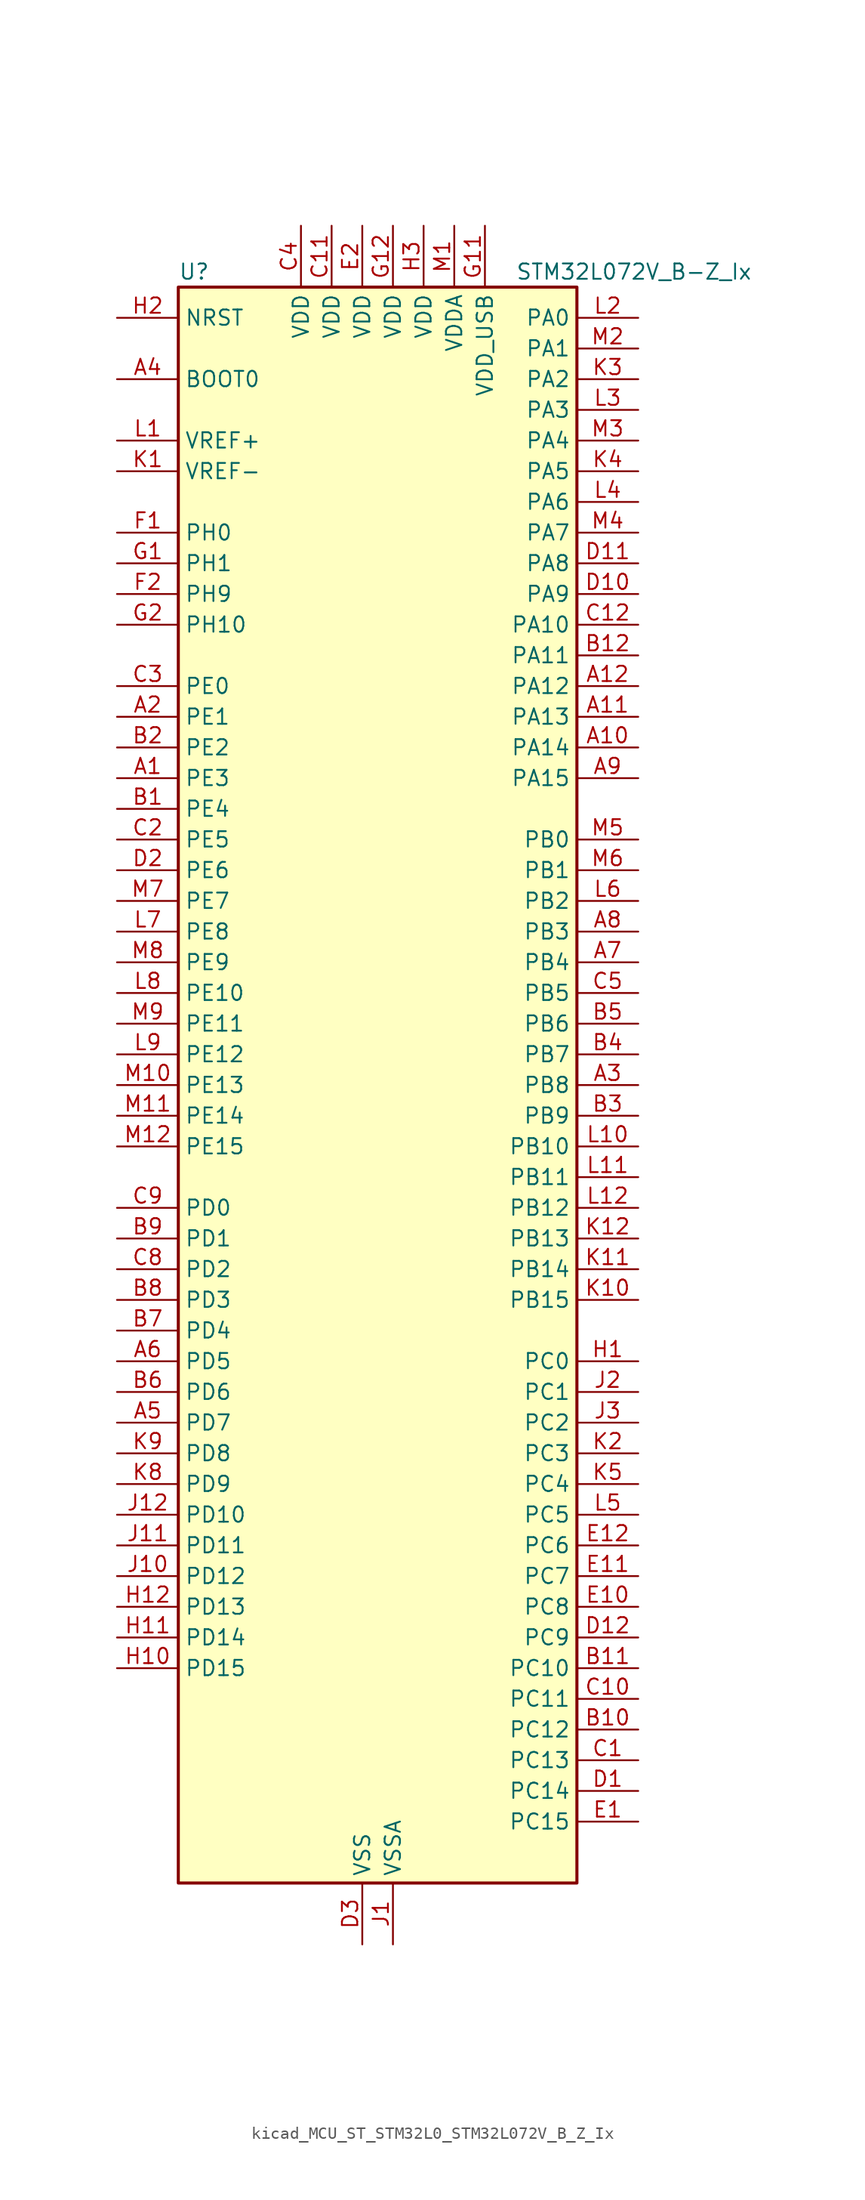
<source format=kicad_sym>
(kicad_symbol_lib
  (version 20220914)
  (generator kicad_symbol_editor)
  (symbol "kicad_MCU_ST_STM32L0_STM32L072V_B_Z_Ix"
    (property "Reference" "U"
      (at -15.24 67.31 0)
      (effects (font (size 1.27 1.27)) (justify left)))
    (property "Value" "STM32L072V_B-Z_Ix"
      (at 12.7 67.31 0)
      (effects (font (size 1.27 1.27)) (justify left)))
    (property "ki_locked" ""
      (at 0 0 0)
      (effects (font (size 1.27 1.27))))
    (symbol "kicad_MCU_ST_STM32L0_STM32L072V_B_Z_Ix_0_1"
      (rectangle (start -15.24 -66.04) (end 17.78 66.04) (stroke (width 0.254) (type default)) (fill (type background))))
    (symbol "kicad_MCU_ST_STM32L0_STM32L072V_B_Z_Ix_1_1"
      (pin bidirectional line (at -20.32 25.4 0) (length 5.08) (name "PE3" (effects (font (size 1.27 1.27)))) (number "A1" (effects (font (size 1.27 1.27)))) (alternate "TIM22_CH1" bidirectional line) (alternate "TIM3_CH1" bidirectional line))
      (pin bidirectional line (at 22.86 27.94 180) (length 5.08) (name "PA14" (effects (font (size 1.27 1.27)))) (number "A10" (effects (font (size 1.27 1.27)))) (alternate "LPUART1_TX" bidirectional line) (alternate "SYS_SWCLK" bidirectional line) (alternate "USART2_TX" bidirectional line))
      (pin bidirectional line (at 22.86 30.48 180) (length 5.08) (name "PA13" (effects (font (size 1.27 1.27)))) (number "A11" (effects (font (size 1.27 1.27)))) (alternate "LPUART1_RX" bidirectional line) (alternate "SYS_SWDIO" bidirectional line) (alternate "USB_NOE" bidirectional line))
      (pin bidirectional line (at 22.86 33.02 180) (length 5.08) (name "PA12" (effects (font (size 1.27 1.27)))) (number "A12" (effects (font (size 1.27 1.27)))) (alternate "COMP2_OUT" bidirectional line) (alternate "SPI1_MOSI" bidirectional line) (alternate "TSC_G4_IO4" bidirectional line) (alternate "USART1_DE" bidirectional line) (alternate "USART1_RTS" bidirectional line) (alternate "USB_DP" bidirectional line))
      (pin bidirectional line (at -20.32 30.48 0) (length 5.08) (name "PE1" (effects (font (size 1.27 1.27)))) (number "A2" (effects (font (size 1.27 1.27)))))
      (pin bidirectional line (at 22.86 0 180) (length 5.08) (name "PB8" (effects (font (size 1.27 1.27)))) (number "A3" (effects (font (size 1.27 1.27)))) (alternate "I2C1_SCL" bidirectional line) (alternate "TSC_SYNC" bidirectional line))
      (pin input line (at -20.32 58.42 0) (length 5.08) (name "BOOT0" (effects (font (size 1.27 1.27)))) (number "A4" (effects (font (size 1.27 1.27)))))
      (pin bidirectional line (at -20.32 -27.94 0) (length 5.08) (name "PD7" (effects (font (size 1.27 1.27)))) (number "A5" (effects (font (size 1.27 1.27)))) (alternate "TIM21_CH2" bidirectional line) (alternate "USART2_CK" bidirectional line))
      (pin bidirectional line (at -20.32 -22.86 0) (length 5.08) (name "PD5" (effects (font (size 1.27 1.27)))) (number "A6" (effects (font (size 1.27 1.27)))) (alternate "USART2_TX" bidirectional line))
      (pin bidirectional line (at 22.86 10.16 180) (length 5.08) (name "PB4" (effects (font (size 1.27 1.27)))) (number "A7" (effects (font (size 1.27 1.27)))) (alternate "COMP2_INP" bidirectional line) (alternate "I2C3_SDA" bidirectional line) (alternate "SPI1_MISO" bidirectional line) (alternate "TIM22_CH1" bidirectional line) (alternate "TIM3_CH1" bidirectional line) (alternate "TSC_G5_IO2" bidirectional line) (alternate "USART1_CTS" bidirectional line) (alternate "USART5_RX" bidirectional line))
      (pin bidirectional line (at 22.86 12.7 180) (length 5.08) (name "PB3" (effects (font (size 1.27 1.27)))) (number "A8" (effects (font (size 1.27 1.27)))) (alternate "COMP2_INM" bidirectional line) (alternate "SPI1_SCK" bidirectional line) (alternate "TIM2_CH2" bidirectional line) (alternate "TSC_G5_IO1" bidirectional line) (alternate "USART1_DE" bidirectional line) (alternate "USART1_RTS" bidirectional line) (alternate "USART5_TX" bidirectional line))
      (pin bidirectional line (at 22.86 25.4 180) (length 5.08) (name "PA15" (effects (font (size 1.27 1.27)))) (number "A9" (effects (font (size 1.27 1.27)))) (alternate "SPI1_NSS" bidirectional line) (alternate "TIM2_CH1" bidirectional line) (alternate "TIM2_ETR" bidirectional line) (alternate "USART2_RX" bidirectional line) (alternate "USART4_DE" bidirectional line) (alternate "USART4_RTS" bidirectional line))
      (pin bidirectional line (at -20.32 22.86 0) (length 5.08) (name "PE4" (effects (font (size 1.27 1.27)))) (number "B1" (effects (font (size 1.27 1.27)))) (alternate "TIM22_CH2" bidirectional line) (alternate "TIM3_CH2" bidirectional line))
      (pin bidirectional line (at 22.86 -53.34 180) (length 5.08) (name "PC12" (effects (font (size 1.27 1.27)))) (number "B10" (effects (font (size 1.27 1.27)))) (alternate "USART4_CK" bidirectional line) (alternate "USART5_TX" bidirectional line))
      (pin bidirectional line (at 22.86 -48.26 180) (length 5.08) (name "PC10" (effects (font (size 1.27 1.27)))) (number "B11" (effects (font (size 1.27 1.27)))) (alternate "LPUART1_TX" bidirectional line) (alternate "USART4_TX" bidirectional line))
      (pin bidirectional line (at 22.86 35.56 180) (length 5.08) (name "PA11" (effects (font (size 1.27 1.27)))) (number "B12" (effects (font (size 1.27 1.27)))) (alternate "ADC_EXTI11" bidirectional line) (alternate "COMP1_OUT" bidirectional line) (alternate "SPI1_MISO" bidirectional line) (alternate "TSC_G4_IO3" bidirectional line) (alternate "USART1_CTS" bidirectional line) (alternate "USB_DM" bidirectional line))
      (pin bidirectional line (at -20.32 27.94 0) (length 5.08) (name "PE2" (effects (font (size 1.27 1.27)))) (number "B2" (effects (font (size 1.27 1.27)))) (alternate "TIM3_ETR" bidirectional line))
      (pin bidirectional line (at 22.86 -2.54 180) (length 5.08) (name "PB9" (effects (font (size 1.27 1.27)))) (number "B3" (effects (font (size 1.27 1.27)))) (alternate "DAC_EXTI9" bidirectional line) (alternate "I2C1_SDA" bidirectional line) (alternate "I2S2_WS" bidirectional line) (alternate "SPI2_NSS" bidirectional line))
      (pin bidirectional line (at 22.86 2.54 180) (length 5.08) (name "PB7" (effects (font (size 1.27 1.27)))) (number "B4" (effects (font (size 1.27 1.27)))) (alternate "COMP2_INP" bidirectional line) (alternate "I2C1_SDA" bidirectional line) (alternate "LPTIM1_IN2" bidirectional line) (alternate "SYS_PVD_IN" bidirectional line) (alternate "TSC_G5_IO4" bidirectional line) (alternate "USART1_RX" bidirectional line) (alternate "USART4_CTS" bidirectional line))
      (pin bidirectional line (at 22.86 5.08 180) (length 5.08) (name "PB6" (effects (font (size 1.27 1.27)))) (number "B5" (effects (font (size 1.27 1.27)))) (alternate "COMP2_INP" bidirectional line) (alternate "I2C1_SCL" bidirectional line) (alternate "LPTIM1_ETR" bidirectional line) (alternate "TSC_G5_IO3" bidirectional line) (alternate "USART1_TX" bidirectional line))
      (pin bidirectional line (at -20.32 -25.4 0) (length 5.08) (name "PD6" (effects (font (size 1.27 1.27)))) (number "B6" (effects (font (size 1.27 1.27)))) (alternate "USART2_RX" bidirectional line))
      (pin bidirectional line (at -20.32 -20.32 0) (length 5.08) (name "PD4" (effects (font (size 1.27 1.27)))) (number "B7" (effects (font (size 1.27 1.27)))) (alternate "I2S2_SD" bidirectional line) (alternate "SPI2_MOSI" bidirectional line) (alternate "USART2_DE" bidirectional line) (alternate "USART2_RTS" bidirectional line))
      (pin bidirectional line (at -20.32 -17.78 0) (length 5.08) (name "PD3" (effects (font (size 1.27 1.27)))) (number "B8" (effects (font (size 1.27 1.27)))) (alternate "I2S2_MCK" bidirectional line) (alternate "SPI2_MISO" bidirectional line) (alternate "USART2_CTS" bidirectional line))
      (pin bidirectional line (at -20.32 -12.7 0) (length 5.08) (name "PD1" (effects (font (size 1.27 1.27)))) (number "B9" (effects (font (size 1.27 1.27)))) (alternate "I2S2_CK" bidirectional line) (alternate "SPI2_SCK" bidirectional line))
      (pin bidirectional line (at 22.86 -55.88 180) (length 5.08) (name "PC13" (effects (font (size 1.27 1.27)))) (number "C1" (effects (font (size 1.27 1.27)))) (alternate "RTC_OUT_ALARM" bidirectional line) (alternate "RTC_OUT_CALIB" bidirectional line) (alternate "RTC_TAMP1" bidirectional line) (alternate "RTC_TS" bidirectional line) (alternate "SYS_WKUP2" bidirectional line))
      (pin bidirectional line (at 22.86 -50.8 180) (length 5.08) (name "PC11" (effects (font (size 1.27 1.27)))) (number "C10" (effects (font (size 1.27 1.27)))) (alternate "ADC_EXTI11" bidirectional line) (alternate "LPUART1_RX" bidirectional line) (alternate "USART4_RX" bidirectional line))
      (pin power_in line (at -2.54 71.12 270) (length 5.08) (name "VDD" (effects (font (size 1.27 1.27)))) (number "C11" (effects (font (size 1.27 1.27)))))
      (pin bidirectional line (at 22.86 38.1 180) (length 5.08) (name "PA10" (effects (font (size 1.27 1.27)))) (number "C12" (effects (font (size 1.27 1.27)))) (alternate "I2C1_SDA" bidirectional line) (alternate "TSC_G4_IO2" bidirectional line) (alternate "USART1_RX" bidirectional line))
      (pin bidirectional line (at -20.32 20.32 0) (length 5.08) (name "PE5" (effects (font (size 1.27 1.27)))) (number "C2" (effects (font (size 1.27 1.27)))) (alternate "TIM21_CH1" bidirectional line) (alternate "TIM3_CH3" bidirectional line))
      (pin bidirectional line (at -20.32 33.02 0) (length 5.08) (name "PE0" (effects (font (size 1.27 1.27)))) (number "C3" (effects (font (size 1.27 1.27)))))
      (pin power_in line (at -5.08 71.12 270) (length 5.08) (name "VDD" (effects (font (size 1.27 1.27)))) (number "C4" (effects (font (size 1.27 1.27)))))
      (pin bidirectional line (at 22.86 7.62 180) (length 5.08) (name "PB5" (effects (font (size 1.27 1.27)))) (number "C5" (effects (font (size 1.27 1.27)))) (alternate "COMP2_INP" bidirectional line) (alternate "I2C1_SMBA" bidirectional line) (alternate "LPTIM1_IN1" bidirectional line) (alternate "SPI1_MOSI" bidirectional line) (alternate "TIM22_CH2" bidirectional line) (alternate "TIM3_CH2" bidirectional line) (alternate "USART1_CK" bidirectional line) (alternate "USART5_CK" bidirectional line) (alternate "USART5_DE" bidirectional line) (alternate "USART5_RTS" bidirectional line))
      (pin bidirectional line (at -20.32 -15.24 0) (length 5.08) (name "PD2" (effects (font (size 1.27 1.27)))) (number "C8" (effects (font (size 1.27 1.27)))) (alternate "LPUART1_DE" bidirectional line) (alternate "LPUART1_RTS" bidirectional line) (alternate "TIM3_ETR" bidirectional line) (alternate "USART5_RX" bidirectional line))
      (pin bidirectional line (at -20.32 -10.16 0) (length 5.08) (name "PD0" (effects (font (size 1.27 1.27)))) (number "C9" (effects (font (size 1.27 1.27)))) (alternate "I2S2_WS" bidirectional line) (alternate "SPI2_NSS" bidirectional line) (alternate "TIM21_CH1" bidirectional line))
      (pin bidirectional line (at 22.86 -58.42 180) (length 5.08) (name "PC14" (effects (font (size 1.27 1.27)))) (number "D1" (effects (font (size 1.27 1.27)))) (alternate "RCC_OSC32_IN" bidirectional line))
      (pin bidirectional line (at 22.86 40.64 180) (length 5.08) (name "PA9" (effects (font (size 1.27 1.27)))) (number "D10" (effects (font (size 1.27 1.27)))) (alternate "DAC_EXTI9" bidirectional line) (alternate "I2C1_SCL" bidirectional line) (alternate "I2C3_SMBA" bidirectional line) (alternate "RCC_MCO" bidirectional line) (alternate "TSC_G4_IO1" bidirectional line) (alternate "USART1_TX" bidirectional line))
      (pin bidirectional line (at 22.86 43.18 180) (length 5.08) (name "PA8" (effects (font (size 1.27 1.27)))) (number "D11" (effects (font (size 1.27 1.27)))) (alternate "CRS_SYNC" bidirectional line) (alternate "I2C3_SCL" bidirectional line) (alternate "RCC_MCO" bidirectional line) (alternate "USART1_CK" bidirectional line))
      (pin bidirectional line (at 22.86 -45.72 180) (length 5.08) (name "PC9" (effects (font (size 1.27 1.27)))) (number "D12" (effects (font (size 1.27 1.27)))) (alternate "DAC_EXTI9" bidirectional line) (alternate "I2C3_SDA" bidirectional line) (alternate "TIM21_ETR" bidirectional line) (alternate "TIM3_CH4" bidirectional line) (alternate "TSC_G8_IO4" bidirectional line) (alternate "USB_NOE" bidirectional line))
      (pin bidirectional line (at -20.32 17.78 0) (length 5.08) (name "PE6" (effects (font (size 1.27 1.27)))) (number "D2" (effects (font (size 1.27 1.27)))) (alternate "RTC_TAMP3" bidirectional line) (alternate "SYS_WKUP3" bidirectional line) (alternate "TIM21_CH2" bidirectional line) (alternate "TIM3_CH4" bidirectional line))
      (pin power_in line (at 0 -71.12 90) (length 5.08) (name "VSS" (effects (font (size 1.27 1.27)))) (number "D3" (effects (font (size 1.27 1.27)))))
      (pin bidirectional line (at 22.86 -60.96 180) (length 5.08) (name "PC15" (effects (font (size 1.27 1.27)))) (number "E1" (effects (font (size 1.27 1.27)))) (alternate "RCC_OSC32_OUT" bidirectional line))
      (pin bidirectional line (at 22.86 -43.18 180) (length 5.08) (name "PC8" (effects (font (size 1.27 1.27)))) (number "E10" (effects (font (size 1.27 1.27)))) (alternate "TIM22_ETR" bidirectional line) (alternate "TIM3_CH3" bidirectional line) (alternate "TSC_G8_IO3" bidirectional line))
      (pin bidirectional line (at 22.86 -40.64 180) (length 5.08) (name "PC7" (effects (font (size 1.27 1.27)))) (number "E11" (effects (font (size 1.27 1.27)))) (alternate "TIM22_CH2" bidirectional line) (alternate "TIM3_CH2" bidirectional line) (alternate "TSC_G8_IO2" bidirectional line))
      (pin bidirectional line (at 22.86 -38.1 180) (length 5.08) (name "PC6" (effects (font (size 1.27 1.27)))) (number "E12" (effects (font (size 1.27 1.27)))) (alternate "TIM22_CH1" bidirectional line) (alternate "TIM3_CH1" bidirectional line) (alternate "TSC_G8_IO1" bidirectional line))
      (pin power_in line (at 0 71.12 270) (length 5.08) (name "VDD" (effects (font (size 1.27 1.27)))) (number "E2" (effects (font (size 1.27 1.27)))))
      (pin passive line (at 0 -71.12 90) (length 5.08) hide (name "VSS" (effects (font (size 1.27 1.27)))) (number "E3" (effects (font (size 1.27 1.27)))))
      (pin bidirectional line (at -20.32 45.72 0) (length 5.08) (name "PH0" (effects (font (size 1.27 1.27)))) (number "F1" (effects (font (size 1.27 1.27)))) (alternate "CRS_SYNC" bidirectional line) (alternate "RCC_OSC_IN" bidirectional line))
      (pin passive line (at 0 -71.12 90) (length 5.08) hide (name "VSS" (effects (font (size 1.27 1.27)))) (number "F11" (effects (font (size 1.27 1.27)))))
      (pin passive line (at 0 -71.12 90) (length 5.08) hide (name "VSS" (effects (font (size 1.27 1.27)))) (number "F12" (effects (font (size 1.27 1.27)))))
      (pin bidirectional line (at -20.32 40.64 0) (length 5.08) (name "PH9" (effects (font (size 1.27 1.27)))) (number "F2" (effects (font (size 1.27 1.27)))) (alternate "DAC_EXTI9" bidirectional line))
      (pin bidirectional line (at -20.32 43.18 0) (length 5.08) (name "PH1" (effects (font (size 1.27 1.27)))) (number "G1" (effects (font (size 1.27 1.27)))) (alternate "RCC_OSC_OUT" bidirectional line))
      (pin power_in line (at 10.16 71.12 270) (length 5.08) (name "VDD_USB" (effects (font (size 1.27 1.27)))) (number "G11" (effects (font (size 1.27 1.27)))))
      (pin power_in line (at 2.54 71.12 270) (length 5.08) (name "VDD" (effects (font (size 1.27 1.27)))) (number "G12" (effects (font (size 1.27 1.27)))))
      (pin bidirectional line (at -20.32 38.1 0) (length 5.08) (name "PH10" (effects (font (size 1.27 1.27)))) (number "G2" (effects (font (size 1.27 1.27)))))
      (pin bidirectional line (at 22.86 -22.86 180) (length 5.08) (name "PC0" (effects (font (size 1.27 1.27)))) (number "H1" (effects (font (size 1.27 1.27)))) (alternate "ADC_IN10" bidirectional line) (alternate "I2C3_SCL" bidirectional line) (alternate "LPTIM1_IN1" bidirectional line) (alternate "LPUART1_RX" bidirectional line) (alternate "TSC_G7_IO1" bidirectional line))
      (pin bidirectional line (at -20.32 -48.26 0) (length 5.08) (name "PD15" (effects (font (size 1.27 1.27)))) (number "H10" (effects (font (size 1.27 1.27)))) (alternate "CRS_SYNC" bidirectional line))
      (pin bidirectional line (at -20.32 -45.72 0) (length 5.08) (name "PD14" (effects (font (size 1.27 1.27)))) (number "H11" (effects (font (size 1.27 1.27)))))
      (pin bidirectional line (at -20.32 -43.18 0) (length 5.08) (name "PD13" (effects (font (size 1.27 1.27)))) (number "H12" (effects (font (size 1.27 1.27)))))
      (pin input line (at -20.32 63.5 0) (length 5.08) (name "NRST" (effects (font (size 1.27 1.27)))) (number "H2" (effects (font (size 1.27 1.27)))))
      (pin power_in line (at 5.08 71.12 270) (length 5.08) (name "VDD" (effects (font (size 1.27 1.27)))) (number "H3" (effects (font (size 1.27 1.27)))))
      (pin power_in line (at 2.54 -71.12 90) (length 5.08) (name "VSSA" (effects (font (size 1.27 1.27)))) (number "J1" (effects (font (size 1.27 1.27)))))
      (pin bidirectional line (at -20.32 -40.64 0) (length 5.08) (name "PD12" (effects (font (size 1.27 1.27)))) (number "J10" (effects (font (size 1.27 1.27)))) (alternate "LPUART1_DE" bidirectional line) (alternate "LPUART1_RTS" bidirectional line))
      (pin bidirectional line (at -20.32 -38.1 0) (length 5.08) (name "PD11" (effects (font (size 1.27 1.27)))) (number "J11" (effects (font (size 1.27 1.27)))) (alternate "ADC_EXTI11" bidirectional line) (alternate "LPUART1_CTS" bidirectional line))
      (pin bidirectional line (at -20.32 -35.56 0) (length 5.08) (name "PD10" (effects (font (size 1.27 1.27)))) (number "J12" (effects (font (size 1.27 1.27)))))
      (pin bidirectional line (at 22.86 -25.4 180) (length 5.08) (name "PC1" (effects (font (size 1.27 1.27)))) (number "J2" (effects (font (size 1.27 1.27)))) (alternate "ADC_IN11" bidirectional line) (alternate "I2C3_SDA" bidirectional line) (alternate "LPTIM1_OUT" bidirectional line) (alternate "LPUART1_TX" bidirectional line) (alternate "TSC_G7_IO2" bidirectional line))
      (pin bidirectional line (at 22.86 -27.94 180) (length 5.08) (name "PC2" (effects (font (size 1.27 1.27)))) (number "J3" (effects (font (size 1.27 1.27)))) (alternate "ADC_IN12" bidirectional line) (alternate "I2S2_MCK" bidirectional line) (alternate "LPTIM1_IN2" bidirectional line) (alternate "SPI2_MISO" bidirectional line) (alternate "TSC_G7_IO3" bidirectional line))
      (pin input line (at -20.32 50.8 0) (length 5.08) (name "VREF-" (effects (font (size 1.27 1.27)))) (number "K1" (effects (font (size 1.27 1.27)))))
      (pin bidirectional line (at 22.86 -17.78 180) (length 5.08) (name "PB15" (effects (font (size 1.27 1.27)))) (number "K10" (effects (font (size 1.27 1.27)))) (alternate "I2S2_SD" bidirectional line) (alternate "RTC_REFIN" bidirectional line) (alternate "SPI2_MOSI" bidirectional line))
      (pin bidirectional line (at 22.86 -15.24 180) (length 5.08) (name "PB14" (effects (font (size 1.27 1.27)))) (number "K11" (effects (font (size 1.27 1.27)))) (alternate "I2C2_SDA" bidirectional line) (alternate "I2S2_MCK" bidirectional line) (alternate "LPUART1_DE" bidirectional line) (alternate "LPUART1_RTS" bidirectional line) (alternate "RTC_OUT_ALARM" bidirectional line) (alternate "RTC_OUT_CALIB" bidirectional line) (alternate "SPI2_MISO" bidirectional line) (alternate "TIM21_CH2" bidirectional line) (alternate "TSC_G6_IO4" bidirectional line))
      (pin bidirectional line (at 22.86 -12.7 180) (length 5.08) (name "PB13" (effects (font (size 1.27 1.27)))) (number "K12" (effects (font (size 1.27 1.27)))) (alternate "I2C2_SCL" bidirectional line) (alternate "I2S2_CK" bidirectional line) (alternate "LPUART1_CTS" bidirectional line) (alternate "RCC_MCO" bidirectional line) (alternate "SPI2_SCK" bidirectional line) (alternate "TIM21_CH1" bidirectional line) (alternate "TSC_G6_IO3" bidirectional line))
      (pin bidirectional line (at 22.86 -30.48 180) (length 5.08) (name "PC3" (effects (font (size 1.27 1.27)))) (number "K2" (effects (font (size 1.27 1.27)))) (alternate "ADC_IN13" bidirectional line) (alternate "I2S2_SD" bidirectional line) (alternate "LPTIM1_ETR" bidirectional line) (alternate "SPI2_MOSI" bidirectional line) (alternate "TSC_G7_IO4" bidirectional line))
      (pin bidirectional line (at 22.86 58.42 180) (length 5.08) (name "PA2" (effects (font (size 1.27 1.27)))) (number "K3" (effects (font (size 1.27 1.27)))) (alternate "ADC_IN2" bidirectional line) (alternate "COMP2_INM" bidirectional line) (alternate "COMP2_OUT" bidirectional line) (alternate "LPUART1_TX" bidirectional line) (alternate "TIM21_CH1" bidirectional line) (alternate "TIM2_CH3" bidirectional line) (alternate "TSC_G1_IO3" bidirectional line) (alternate "USART2_TX" bidirectional line))
      (pin bidirectional line (at 22.86 50.8 180) (length 5.08) (name "PA5" (effects (font (size 1.27 1.27)))) (number "K4" (effects (font (size 1.27 1.27)))) (alternate "ADC_IN5" bidirectional line) (alternate "COMP1_INM" bidirectional line) (alternate "COMP2_INM" bidirectional line) (alternate "DAC_OUT2" bidirectional line) (alternate "SPI1_SCK" bidirectional line) (alternate "TIM2_CH1" bidirectional line) (alternate "TIM2_ETR" bidirectional line) (alternate "TSC_G2_IO2" bidirectional line))
      (pin bidirectional line (at 22.86 -33.02 180) (length 5.08) (name "PC4" (effects (font (size 1.27 1.27)))) (number "K5" (effects (font (size 1.27 1.27)))) (alternate "ADC_IN14" bidirectional line) (alternate "LPUART1_TX" bidirectional line))
      (pin bidirectional line (at -20.32 -33.02 0) (length 5.08) (name "PD9" (effects (font (size 1.27 1.27)))) (number "K8" (effects (font (size 1.27 1.27)))) (alternate "DAC_EXTI9" bidirectional line) (alternate "LPUART1_RX" bidirectional line))
      (pin bidirectional line (at -20.32 -30.48 0) (length 5.08) (name "PD8" (effects (font (size 1.27 1.27)))) (number "K9" (effects (font (size 1.27 1.27)))) (alternate "LPUART1_TX" bidirectional line))
      (pin input line (at -20.32 53.34 0) (length 5.08) (name "VREF+" (effects (font (size 1.27 1.27)))) (number "L1" (effects (font (size 1.27 1.27)))))
      (pin bidirectional line (at 22.86 -5.08 180) (length 5.08) (name "PB10" (effects (font (size 1.27 1.27)))) (number "L10" (effects (font (size 1.27 1.27)))) (alternate "I2C2_SCL" bidirectional line) (alternate "LPUART1_RX" bidirectional line) (alternate "LPUART1_TX" bidirectional line) (alternate "SPI2_SCK" bidirectional line) (alternate "TIM2_CH3" bidirectional line) (alternate "TSC_SYNC" bidirectional line))
      (pin bidirectional line (at 22.86 -7.62 180) (length 5.08) (name "PB11" (effects (font (size 1.27 1.27)))) (number "L11" (effects (font (size 1.27 1.27)))) (alternate "ADC_EXTI11" bidirectional line) (alternate "I2C2_SDA" bidirectional line) (alternate "LPUART1_RX" bidirectional line) (alternate "LPUART1_TX" bidirectional line) (alternate "TIM2_CH4" bidirectional line) (alternate "TSC_G6_IO1" bidirectional line))
      (pin bidirectional line (at 22.86 -10.16 180) (length 5.08) (name "PB12" (effects (font (size 1.27 1.27)))) (number "L12" (effects (font (size 1.27 1.27)))) (alternate "I2S2_WS" bidirectional line) (alternate "LPUART1_DE" bidirectional line) (alternate "LPUART1_RTS" bidirectional line) (alternate "SPI2_NSS" bidirectional line) (alternate "TSC_G6_IO2" bidirectional line))
      (pin bidirectional line (at 22.86 63.5 180) (length 5.08) (name "PA0" (effects (font (size 1.27 1.27)))) (number "L2" (effects (font (size 1.27 1.27)))) (alternate "ADC_IN0" bidirectional line) (alternate "COMP1_INM" bidirectional line) (alternate "COMP1_OUT" bidirectional line) (alternate "RTC_TAMP2" bidirectional line) (alternate "SYS_WKUP1" bidirectional line) (alternate "TIM2_CH1" bidirectional line) (alternate "TIM2_ETR" bidirectional line) (alternate "TSC_G1_IO1" bidirectional line) (alternate "USART2_CTS" bidirectional line) (alternate "USART4_TX" bidirectional line))
      (pin bidirectional line (at 22.86 55.88 180) (length 5.08) (name "PA3" (effects (font (size 1.27 1.27)))) (number "L3" (effects (font (size 1.27 1.27)))) (alternate "ADC_IN3" bidirectional line) (alternate "COMP2_INP" bidirectional line) (alternate "LPUART1_RX" bidirectional line) (alternate "TIM21_CH2" bidirectional line) (alternate "TIM2_CH4" bidirectional line) (alternate "TSC_G1_IO4" bidirectional line) (alternate "USART2_RX" bidirectional line))
      (pin bidirectional line (at 22.86 48.26 180) (length 5.08) (name "PA6" (effects (font (size 1.27 1.27)))) (number "L4" (effects (font (size 1.27 1.27)))) (alternate "ADC_IN6" bidirectional line) (alternate "COMP1_OUT" bidirectional line) (alternate "LPUART1_CTS" bidirectional line) (alternate "SPI1_MISO" bidirectional line) (alternate "TIM22_CH1" bidirectional line) (alternate "TIM3_CH1" bidirectional line) (alternate "TSC_G2_IO3" bidirectional line))
      (pin bidirectional line (at 22.86 -35.56 180) (length 5.08) (name "PC5" (effects (font (size 1.27 1.27)))) (number "L5" (effects (font (size 1.27 1.27)))) (alternate "ADC_IN15" bidirectional line) (alternate "LPUART1_RX" bidirectional line) (alternate "TSC_G3_IO1" bidirectional line))
      (pin bidirectional line (at 22.86 15.24 180) (length 5.08) (name "PB2" (effects (font (size 1.27 1.27)))) (number "L6" (effects (font (size 1.27 1.27)))) (alternate "I2C3_SMBA" bidirectional line) (alternate "LPTIM1_OUT" bidirectional line) (alternate "TSC_G3_IO4" bidirectional line))
      (pin bidirectional line (at -20.32 12.7 0) (length 5.08) (name "PE8" (effects (font (size 1.27 1.27)))) (number "L7" (effects (font (size 1.27 1.27)))) (alternate "USART4_TX" bidirectional line))
      (pin bidirectional line (at -20.32 7.62 0) (length 5.08) (name "PE10" (effects (font (size 1.27 1.27)))) (number "L8" (effects (font (size 1.27 1.27)))) (alternate "TIM2_CH2" bidirectional line) (alternate "USART5_TX" bidirectional line))
      (pin bidirectional line (at -20.32 2.54 0) (length 5.08) (name "PE12" (effects (font (size 1.27 1.27)))) (number "L9" (effects (font (size 1.27 1.27)))) (alternate "SPI1_NSS" bidirectional line) (alternate "TIM2_CH4" bidirectional line))
      (pin power_in line (at 7.62 71.12 270) (length 5.08) (name "VDDA" (effects (font (size 1.27 1.27)))) (number "M1" (effects (font (size 1.27 1.27)))))
      (pin bidirectional line (at -20.32 0 0) (length 5.08) (name "PE13" (effects (font (size 1.27 1.27)))) (number "M10" (effects (font (size 1.27 1.27)))) (alternate "SPI1_SCK" bidirectional line))
      (pin bidirectional line (at -20.32 -2.54 0) (length 5.08) (name "PE14" (effects (font (size 1.27 1.27)))) (number "M11" (effects (font (size 1.27 1.27)))) (alternate "SPI1_MISO" bidirectional line))
      (pin bidirectional line (at -20.32 -5.08 0) (length 5.08) (name "PE15" (effects (font (size 1.27 1.27)))) (number "M12" (effects (font (size 1.27 1.27)))) (alternate "SPI1_MOSI" bidirectional line))
      (pin bidirectional line (at 22.86 60.96 180) (length 5.08) (name "PA1" (effects (font (size 1.27 1.27)))) (number "M2" (effects (font (size 1.27 1.27)))) (alternate "ADC_IN1" bidirectional line) (alternate "COMP1_INP" bidirectional line) (alternate "TIM21_ETR" bidirectional line) (alternate "TIM2_CH2" bidirectional line) (alternate "TSC_G1_IO2" bidirectional line) (alternate "USART2_DE" bidirectional line) (alternate "USART2_RTS" bidirectional line) (alternate "USART4_RX" bidirectional line))
      (pin bidirectional line (at 22.86 53.34 180) (length 5.08) (name "PA4" (effects (font (size 1.27 1.27)))) (number "M3" (effects (font (size 1.27 1.27)))) (alternate "ADC_IN4" bidirectional line) (alternate "COMP1_INM" bidirectional line) (alternate "COMP2_INM" bidirectional line) (alternate "DAC_OUT1" bidirectional line) (alternate "SPI1_NSS" bidirectional line) (alternate "TIM22_ETR" bidirectional line) (alternate "TSC_G2_IO1" bidirectional line) (alternate "USART2_CK" bidirectional line))
      (pin bidirectional line (at 22.86 45.72 180) (length 5.08) (name "PA7" (effects (font (size 1.27 1.27)))) (number "M4" (effects (font (size 1.27 1.27)))) (alternate "ADC_IN7" bidirectional line) (alternate "COMP2_OUT" bidirectional line) (alternate "SPI1_MOSI" bidirectional line) (alternate "TIM22_CH2" bidirectional line) (alternate "TIM3_CH2" bidirectional line) (alternate "TSC_G2_IO4" bidirectional line))
      (pin bidirectional line (at 22.86 20.32 180) (length 5.08) (name "PB0" (effects (font (size 1.27 1.27)))) (number "M5" (effects (font (size 1.27 1.27)))) (alternate "ADC_IN8" bidirectional line) (alternate "SYS_VREF_OUT_PB0" bidirectional line) (alternate "TIM3_CH3" bidirectional line) (alternate "TSC_G3_IO2" bidirectional line))
      (pin bidirectional line (at 22.86 17.78 180) (length 5.08) (name "PB1" (effects (font (size 1.27 1.27)))) (number "M6" (effects (font (size 1.27 1.27)))) (alternate "ADC_IN9" bidirectional line) (alternate "LPUART1_DE" bidirectional line) (alternate "LPUART1_RTS" bidirectional line) (alternate "SYS_VREF_OUT_PB1" bidirectional line) (alternate "TIM3_CH4" bidirectional line) (alternate "TSC_G3_IO3" bidirectional line))
      (pin bidirectional line (at -20.32 15.24 0) (length 5.08) (name "PE7" (effects (font (size 1.27 1.27)))) (number "M7" (effects (font (size 1.27 1.27)))) (alternate "USART5_CK" bidirectional line) (alternate "USART5_DE" bidirectional line) (alternate "USART5_RTS" bidirectional line))
      (pin bidirectional line (at -20.32 10.16 0) (length 5.08) (name "PE9" (effects (font (size 1.27 1.27)))) (number "M8" (effects (font (size 1.27 1.27)))) (alternate "DAC_EXTI9" bidirectional line) (alternate "TIM2_CH1" bidirectional line) (alternate "TIM2_ETR" bidirectional line) (alternate "USART4_RX" bidirectional line))
      (pin bidirectional line (at -20.32 5.08 0) (length 5.08) (name "PE11" (effects (font (size 1.27 1.27)))) (number "M9" (effects (font (size 1.27 1.27)))) (alternate "ADC_EXTI11" bidirectional line) (alternate "TIM2_CH3" bidirectional line) (alternate "USART5_RX" bidirectional line)))))
</source>
